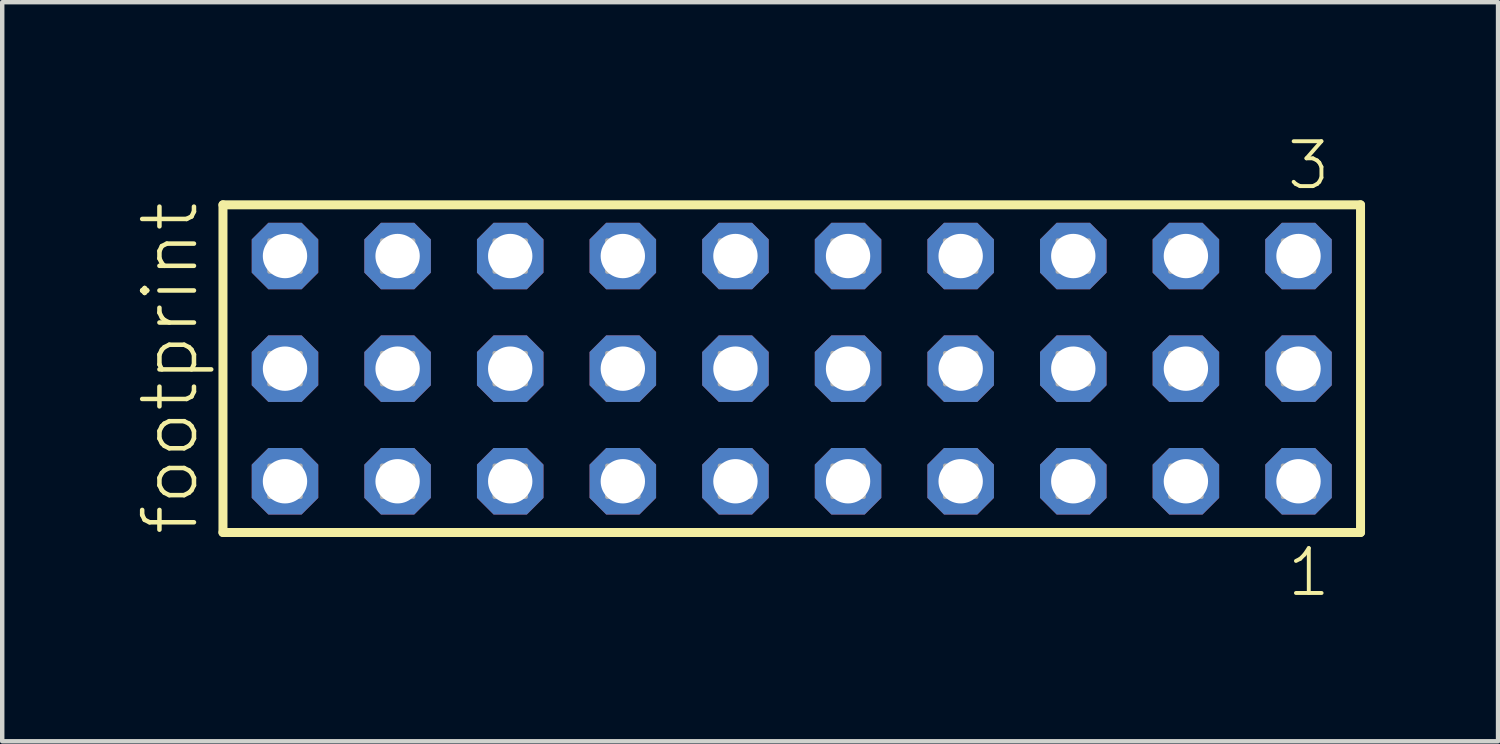
<source format=kicad_pcb>
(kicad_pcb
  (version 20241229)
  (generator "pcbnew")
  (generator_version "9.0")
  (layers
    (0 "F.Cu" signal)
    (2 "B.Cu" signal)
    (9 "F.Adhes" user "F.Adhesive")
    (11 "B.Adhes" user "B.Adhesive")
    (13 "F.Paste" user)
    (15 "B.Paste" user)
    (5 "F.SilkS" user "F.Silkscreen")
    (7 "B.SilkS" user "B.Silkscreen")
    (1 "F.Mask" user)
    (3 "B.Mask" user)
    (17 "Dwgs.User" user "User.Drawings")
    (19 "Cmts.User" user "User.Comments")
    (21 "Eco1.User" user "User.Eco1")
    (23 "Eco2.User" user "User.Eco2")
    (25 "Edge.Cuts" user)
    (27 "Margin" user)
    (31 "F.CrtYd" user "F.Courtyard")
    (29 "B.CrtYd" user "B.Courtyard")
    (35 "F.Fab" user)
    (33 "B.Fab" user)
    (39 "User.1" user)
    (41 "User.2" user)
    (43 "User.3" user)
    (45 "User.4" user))
  (footprint "footprint"
    (layer "F.Cu")
    (at 14.808 5.265)
    (property "Reference" "footprint" (at -13.335 3.81 90) (layer "F.SilkS") (effects (font (size 1.168 1.168) (thickness 0.102)) (justify left bottom)))
    (fp_line (start -12.829 -3.695) (end 12.829 -3.695) (stroke (width 0.203) (type solid)) (layer "F.SilkS"))
    (fp_line (start -12.829 3.695) (end -12.829 -3.695) (stroke (width 0.203) (type solid)) (layer "F.SilkS"))
    (fp_line (start 12.829 -3.695) (end 12.829 3.695) (stroke (width 0.203) (type solid)) (layer "F.SilkS"))
    (fp_line (start 12.829 3.695) (end -12.829 3.695) (stroke (width 0.203) (type solid)) (layer "F.SilkS"))
    (fp_poly (pts (xy -11.78 -2.19) (xy -11.08 -2.19) (xy -11.08 -2.89) (xy -11.78 -2.89)) (stroke (width 0.1) (type solid)) (fill no) (layer "F.Fab"))
    (fp_poly (pts (xy -11.78 0.35) (xy -11.08 0.35) (xy -11.08 -0.35) (xy -11.78 -0.35)) (stroke (width 0.1) (type solid)) (fill no) (layer "F.Fab"))
    (fp_poly (pts (xy -11.78 2.89) (xy -11.08 2.89) (xy -11.08 2.19) (xy -11.78 2.19)) (stroke (width 0.1) (type solid)) (fill no) (layer "F.Fab"))
    (fp_poly (pts (xy -9.24 -2.19) (xy -8.54 -2.19) (xy -8.54 -2.89) (xy -9.24 -2.89)) (stroke (width 0.1) (type solid)) (fill no) (layer "F.Fab"))
    (fp_poly (pts (xy -9.24 0.35) (xy -8.54 0.35) (xy -8.54 -0.35) (xy -9.24 -0.35)) (stroke (width 0.1) (type solid)) (fill no) (layer "F.Fab"))
    (fp_poly (pts (xy -9.24 2.89) (xy -8.54 2.89) (xy -8.54 2.19) (xy -9.24 2.19)) (stroke (width 0.1) (type solid)) (fill no) (layer "F.Fab"))
    (fp_poly (pts (xy -6.7 -2.19) (xy -6 -2.19) (xy -6 -2.89) (xy -6.7 -2.89)) (stroke (width 0.1) (type solid)) (fill no) (layer "F.Fab"))
    (fp_poly (pts (xy -6.7 0.35) (xy -6 0.35) (xy -6 -0.35) (xy -6.7 -0.35)) (stroke (width 0.1) (type solid)) (fill no) (layer "F.Fab"))
    (fp_poly (pts (xy -6.7 2.89) (xy -6 2.89) (xy -6 2.19) (xy -6.7 2.19)) (stroke (width 0.1) (type solid)) (fill no) (layer "F.Fab"))
    (fp_poly (pts (xy -4.16 -2.19) (xy -3.46 -2.19) (xy -3.46 -2.89) (xy -4.16 -2.89)) (stroke (width 0.1) (type solid)) (fill no) (layer "F.Fab"))
    (fp_poly (pts (xy -4.16 0.35) (xy -3.46 0.35) (xy -3.46 -0.35) (xy -4.16 -0.35)) (stroke (width 0.1) (type solid)) (fill no) (layer "F.Fab"))
    (fp_poly (pts (xy -4.16 2.89) (xy -3.46 2.89) (xy -3.46 2.19) (xy -4.16 2.19)) (stroke (width 0.1) (type solid)) (fill no) (layer "F.Fab"))
    (fp_poly (pts (xy -1.62 -2.19) (xy -0.92 -2.19) (xy -0.92 -2.89) (xy -1.62 -2.89)) (stroke (width 0.1) (type solid)) (fill no) (layer "F.Fab"))
    (fp_poly (pts (xy -1.62 0.35) (xy -0.92 0.35) (xy -0.92 -0.35) (xy -1.62 -0.35)) (stroke (width 0.1) (type solid)) (fill no) (layer "F.Fab"))
    (fp_poly (pts (xy -1.62 2.89) (xy -0.92 2.89) (xy -0.92 2.19) (xy -1.62 2.19)) (stroke (width 0.1) (type solid)) (fill no) (layer "F.Fab"))
    (fp_poly (pts (xy 0.92 -2.19) (xy 1.62 -2.19) (xy 1.62 -2.89) (xy 0.92 -2.89)) (stroke (width 0.1) (type solid)) (fill no) (layer "F.Fab"))
    (fp_poly (pts (xy 0.92 0.35) (xy 1.62 0.35) (xy 1.62 -0.35) (xy 0.92 -0.35)) (stroke (width 0.1) (type solid)) (fill no) (layer "F.Fab"))
    (fp_poly (pts (xy 0.92 2.89) (xy 1.62 2.89) (xy 1.62 2.19) (xy 0.92 2.19)) (stroke (width 0.1) (type solid)) (fill no) (layer "F.Fab"))
    (fp_poly (pts (xy 3.46 -2.19) (xy 4.16 -2.19) (xy 4.16 -2.89) (xy 3.46 -2.89)) (stroke (width 0.1) (type solid)) (fill no) (layer "F.Fab"))
    (fp_poly (pts (xy 3.46 0.35) (xy 4.16 0.35) (xy 4.16 -0.35) (xy 3.46 -0.35)) (stroke (width 0.1) (type solid)) (fill no) (layer "F.Fab"))
    (fp_poly (pts (xy 3.46 2.89) (xy 4.16 2.89) (xy 4.16 2.19) (xy 3.46 2.19)) (stroke (width 0.1) (type solid)) (fill no) (layer "F.Fab"))
    (fp_poly (pts (xy 6 -2.19) (xy 6.7 -2.19) (xy 6.7 -2.89) (xy 6 -2.89)) (stroke (width 0.1) (type solid)) (fill no) (layer "F.Fab"))
    (fp_poly (pts (xy 6 0.35) (xy 6.7 0.35) (xy 6.7 -0.35) (xy 6 -0.35)) (stroke (width 0.1) (type solid)) (fill no) (layer "F.Fab"))
    (fp_poly (pts (xy 6 2.89) (xy 6.7 2.89) (xy 6.7 2.19) (xy 6 2.19)) (stroke (width 0.1) (type solid)) (fill no) (layer "F.Fab"))
    (fp_poly (pts (xy 8.54 -2.19) (xy 9.24 -2.19) (xy 9.24 -2.89) (xy 8.54 -2.89)) (stroke (width 0.1) (type solid)) (fill no) (layer "F.Fab"))
    (fp_poly (pts (xy 8.54 0.35) (xy 9.24 0.35) (xy 9.24 -0.35) (xy 8.54 -0.35)) (stroke (width 0.1) (type solid)) (fill no) (layer "F.Fab"))
    (fp_poly (pts (xy 8.54 2.89) (xy 9.24 2.89) (xy 9.24 2.19) (xy 8.54 2.19)) (stroke (width 0.1) (type solid)) (fill no) (layer "F.Fab"))
    (fp_poly (pts (xy 11.08 -2.19) (xy 11.78 -2.19) (xy 11.78 -2.89) (xy 11.08 -2.89)) (stroke (width 0.1) (type solid)) (fill no) (layer "F.Fab"))
    (fp_poly (pts (xy 11.08 0.35) (xy 11.78 0.35) (xy 11.78 -0.35) (xy 11.08 -0.35)) (stroke (width 0.1) (type solid)) (fill no) (layer "F.Fab"))
    (fp_poly (pts (xy 11.08 2.89) (xy 11.78 2.89) (xy 11.78 2.19) (xy 11.08 2.19)) (stroke (width 0.1) (type solid)) (fill no) (layer "F.Fab"))
    (fp_text user "1" (at 11.122 5.188 0) (layer "F.SilkS") (effects (font (size 1.012 1.012) (thickness 0.088)) (justify left bottom)))
    (fp_text user "3" (at 11.118 -3.989 0) (layer "F.SilkS") (effects (font (size 1.012 1.012) (thickness 0.088)) (justify left bottom)))
    (pad "1" thru_hole roundrect (at 11.43 2.54 180) (size 1.5 1.5) (drill 1) (layers "*.Cu" "*.Mask") (roundrect_rratio 0.25) (chamfer_ratio 0.25) (chamfer top_left top_right bottom_left bottom_right))
    (pad "2" thru_hole roundrect (at 11.43 0 180) (size 1.5 1.5) (drill 1) (layers "*.Cu" "*.Mask") (roundrect_rratio 0.25) (chamfer_ratio 0.25) (chamfer top_left top_right bottom_left bottom_right))
    (pad "3" thru_hole roundrect (at 11.43 -2.54 180) (size 1.5 1.5) (drill 1) (layers "*.Cu" "*.Mask") (roundrect_rratio 0.25) (chamfer_ratio 0.25) (chamfer top_left top_right bottom_left bottom_right))
    (pad "4" thru_hole roundrect (at 8.89 2.54 180) (size 1.5 1.5) (drill 1) (layers "*.Cu" "*.Mask") (roundrect_rratio 0.25) (chamfer_ratio 0.25) (chamfer top_left top_right bottom_left bottom_right))
    (pad "5" thru_hole roundrect (at 8.89 0 180) (size 1.5 1.5) (drill 1) (layers "*.Cu" "*.Mask") (roundrect_rratio 0.25) (chamfer_ratio 0.25) (chamfer top_left top_right bottom_left bottom_right))
    (pad "6" thru_hole roundrect (at 8.89 -2.54 180) (size 1.5 1.5) (drill 1) (layers "*.Cu" "*.Mask") (roundrect_rratio 0.25) (chamfer_ratio 0.25) (chamfer top_left top_right bottom_left bottom_right))
    (pad "7" thru_hole roundrect (at 6.35 2.54 180) (size 1.5 1.5) (drill 1) (layers "*.Cu" "*.Mask") (roundrect_rratio 0.25) (chamfer_ratio 0.25) (chamfer top_left top_right bottom_left bottom_right))
    (pad "8" thru_hole roundrect (at 6.35 0 180) (size 1.5 1.5) (drill 1) (layers "*.Cu" "*.Mask") (roundrect_rratio 0.25) (chamfer_ratio 0.25) (chamfer top_left top_right bottom_left bottom_right))
    (pad "9" thru_hole roundrect (at 6.35 -2.54 180) (size 1.5 1.5) (drill 1) (layers "*.Cu" "*.Mask") (roundrect_rratio 0.25) (chamfer_ratio 0.25) (chamfer top_left top_right bottom_left bottom_right))
    (pad "10" thru_hole roundrect (at 3.81 2.54 180) (size 1.5 1.5) (drill 1) (layers "*.Cu" "*.Mask") (roundrect_rratio 0.25) (chamfer_ratio 0.25) (chamfer top_left top_right bottom_left bottom_right))
    (pad "11" thru_hole roundrect (at 3.81 0 180) (size 1.5 1.5) (drill 1) (layers "*.Cu" "*.Mask") (roundrect_rratio 0.25) (chamfer_ratio 0.25) (chamfer top_left top_right bottom_left bottom_right))
    (pad "12" thru_hole roundrect (at 3.81 -2.54 180) (size 1.5 1.5) (drill 1) (layers "*.Cu" "*.Mask") (roundrect_rratio 0.25) (chamfer_ratio 0.25) (chamfer top_left top_right bottom_left bottom_right))
    (pad "13" thru_hole roundrect (at 1.27 2.54 180) (size 1.5 1.5) (drill 1) (layers "*.Cu" "*.Mask") (roundrect_rratio 0.25) (chamfer_ratio 0.25) (chamfer top_left top_right bottom_left bottom_right))
    (pad "14" thru_hole roundrect (at 1.27 0 180) (size 1.5 1.5) (drill 1) (layers "*.Cu" "*.Mask") (roundrect_rratio 0.25) (chamfer_ratio 0.25) (chamfer top_left top_right bottom_left bottom_right))
    (pad "15" thru_hole roundrect (at 1.27 -2.54 180) (size 1.5 1.5) (drill 1) (layers "*.Cu" "*.Mask") (roundrect_rratio 0.25) (chamfer_ratio 0.25) (chamfer top_left top_right bottom_left bottom_right))
    (pad "16" thru_hole roundrect (at -1.27 2.54 180) (size 1.5 1.5) (drill 1) (layers "*.Cu" "*.Mask") (roundrect_rratio 0.25) (chamfer_ratio 0.25) (chamfer top_left top_right bottom_left bottom_right))
    (pad "17" thru_hole roundrect (at -1.27 0 180) (size 1.5 1.5) (drill 1) (layers "*.Cu" "*.Mask") (roundrect_rratio 0.25) (chamfer_ratio 0.25) (chamfer top_left top_right bottom_left bottom_right))
    (pad "18" thru_hole roundrect (at -1.27 -2.54 180) (size 1.5 1.5) (drill 1) (layers "*.Cu" "*.Mask") (roundrect_rratio 0.25) (chamfer_ratio 0.25) (chamfer top_left top_right bottom_left bottom_right))
    (pad "19" thru_hole roundrect (at -3.81 2.54 180) (size 1.5 1.5) (drill 1) (layers "*.Cu" "*.Mask") (roundrect_rratio 0.25) (chamfer_ratio 0.25) (chamfer top_left top_right bottom_left bottom_right))
    (pad "20" thru_hole roundrect (at -3.81 0 180) (size 1.5 1.5) (drill 1) (layers "*.Cu" "*.Mask") (roundrect_rratio 0.25) (chamfer_ratio 0.25) (chamfer top_left top_right bottom_left bottom_right))
    (pad "21" thru_hole roundrect (at -3.81 -2.54 180) (size 1.5 1.5) (drill 1) (layers "*.Cu" "*.Mask") (roundrect_rratio 0.25) (chamfer_ratio 0.25) (chamfer top_left top_right bottom_left bottom_right))
    (pad "22" thru_hole roundrect (at -6.35 2.54 180) (size 1.5 1.5) (drill 1) (layers "*.Cu" "*.Mask") (roundrect_rratio 0.25) (chamfer_ratio 0.25) (chamfer top_left top_right bottom_left bottom_right))
    (pad "23" thru_hole roundrect (at -6.35 0 180) (size 1.5 1.5) (drill 1) (layers "*.Cu" "*.Mask") (roundrect_rratio 0.25) (chamfer_ratio 0.25) (chamfer top_left top_right bottom_left bottom_right))
    (pad "24" thru_hole roundrect (at -6.35 -2.54 180) (size 1.5 1.5) (drill 1) (layers "*.Cu" "*.Mask") (roundrect_rratio 0.25) (chamfer_ratio 0.25) (chamfer top_left top_right bottom_left bottom_right))
    (pad "25" thru_hole roundrect (at -8.89 2.54 180) (size 1.5 1.5) (drill 1) (layers "*.Cu" "*.Mask") (roundrect_rratio 0.25) (chamfer_ratio 0.25) (chamfer top_left top_right bottom_left bottom_right))
    (pad "26" thru_hole roundrect (at -8.89 0 180) (size 1.5 1.5) (drill 1) (layers "*.Cu" "*.Mask") (roundrect_rratio 0.25) (chamfer_ratio 0.25) (chamfer top_left top_right bottom_left bottom_right))
    (pad "27" thru_hole roundrect (at -8.89 -2.54 180) (size 1.5 1.5) (drill 1) (layers "*.Cu" "*.Mask") (roundrect_rratio 0.25) (chamfer_ratio 0.25) (chamfer top_left top_right bottom_left bottom_right))
    (pad "28" thru_hole roundrect (at -11.43 2.54 180) (size 1.5 1.5) (drill 1) (layers "*.Cu" "*.Mask") (roundrect_rratio 0.25) (chamfer_ratio 0.25) (chamfer top_left top_right bottom_left bottom_right))
    (pad "29" thru_hole roundrect (at -11.43 0 180) (size 1.5 1.5) (drill 1) (layers "*.Cu" "*.Mask") (roundrect_rratio 0.25) (chamfer_ratio 0.25) (chamfer top_left top_right bottom_left bottom_right))
    (pad "30" thru_hole roundrect (at -11.43 -2.54 180) (size 1.5 1.5) (drill 1) (layers "*.Cu" "*.Mask") (roundrect_rratio 0.25) (chamfer_ratio 0.25) (chamfer top_left top_right bottom_left bottom_right)))
  (gr_rect
    (start -3 -3)
    (end 30.739 13.67)
    (stroke (width 0.1) (type default))
    (fill no)
    (layer "Edge.Cuts")))
</source>
